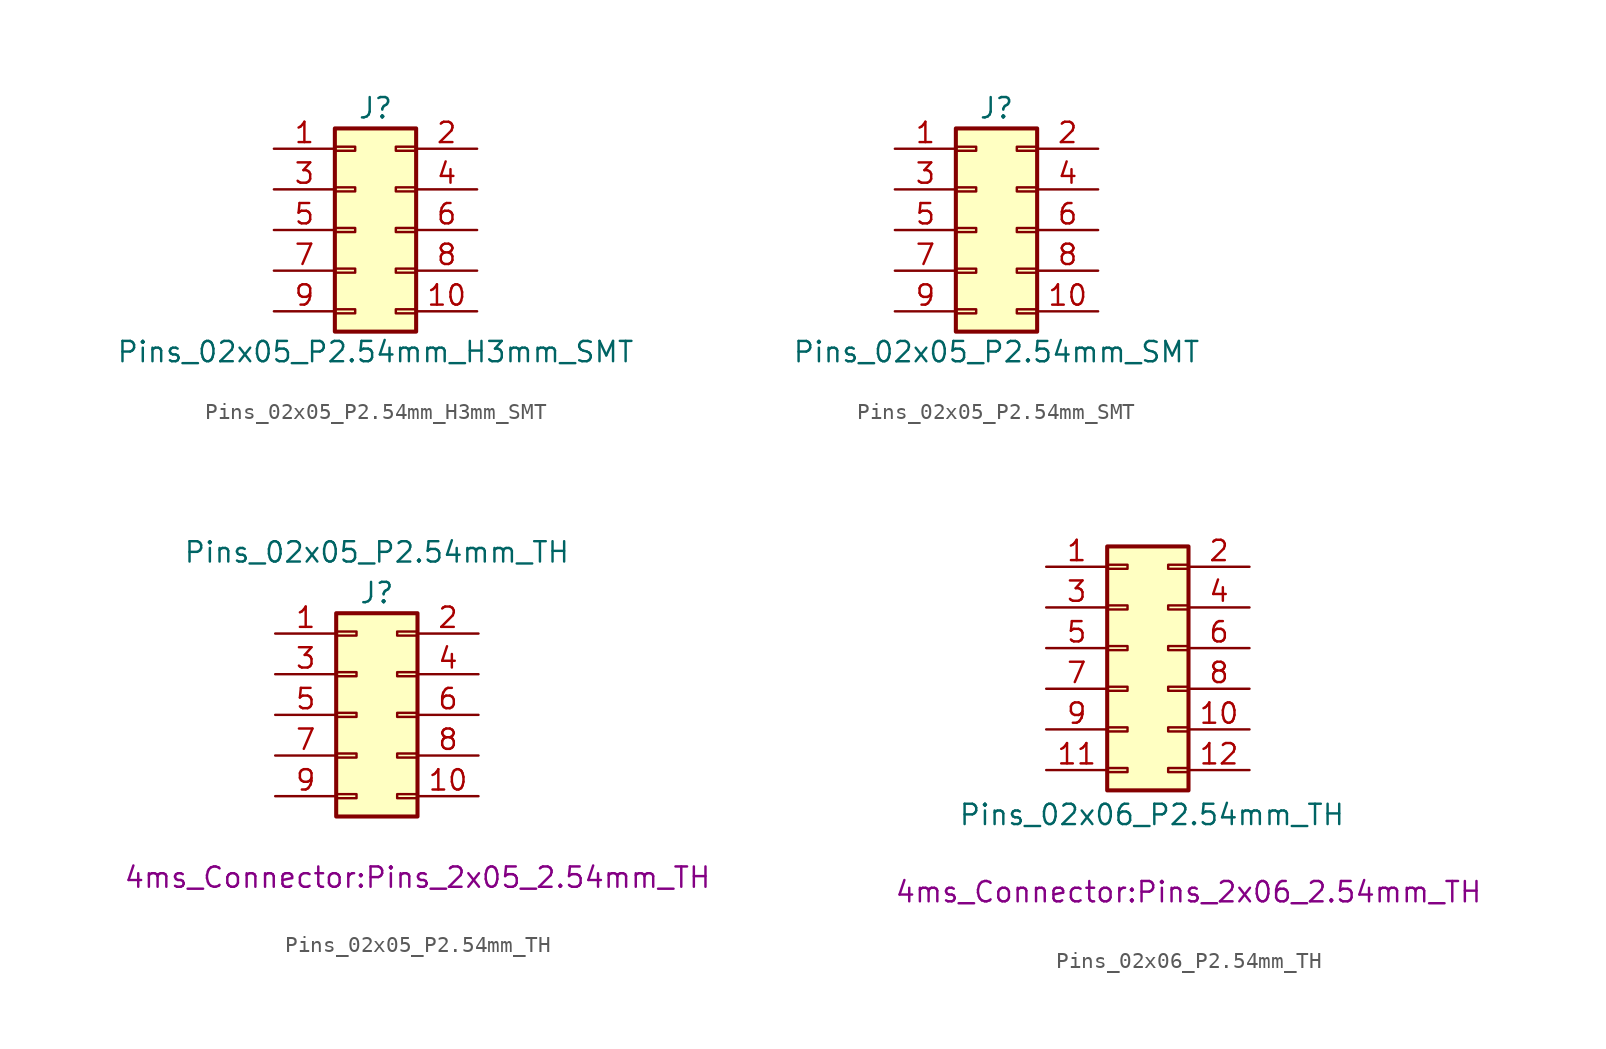
<source format=kicad_sym>
(kicad_symbol_lib
  (version 20241209)
  (generator "kicad_symbol_editor")
  (generator_version "9.0")
  (symbol "Pins_02x05_P2.54mm_H3mm_SMT"
    (pin_names
      (offset 1.016)
      (hide yes))
    (property "Reference" "J"
      (at 0 7.62 0)
      (effects (font (size 1.27 1.27))))
    (property "Value" "Pins_02x05_P2.54mm_H3mm_SMT"
      (at 0 -7.62 0)
      (effects (font (size 1.27 1.27))))
    (symbol "Pins_02x05_P2.54mm_H3mm_SMT_1_1"
      (rectangle (start -2.54 6.35) (end 2.54 -6.35) (stroke (width 0.254) (type default)) (fill (type background)))
      (rectangle (start -2.54 5.207) (end -1.27 4.953) (stroke (width 0.152) (type default)) (fill (type none)))
      (rectangle (start -2.54 2.667) (end -1.27 2.413) (stroke (width 0.152) (type default)) (fill (type none)))
      (rectangle (start -2.54 0.127) (end -1.27 -0.127) (stroke (width 0.152) (type default)) (fill (type none)))
      (rectangle (start -2.54 -2.413) (end -1.27 -2.667) (stroke (width 0.152) (type default)) (fill (type none)))
      (rectangle (start -2.54 -4.953) (end -1.27 -5.207) (stroke (width 0.152) (type default)) (fill (type none)))
      (rectangle (start 2.54 5.207) (end 1.27 4.953) (stroke (width 0.152) (type default)) (fill (type none)))
      (rectangle (start 2.54 2.667) (end 1.27 2.413) (stroke (width 0.152) (type default)) (fill (type none)))
      (rectangle (start 2.54 0.127) (end 1.27 -0.127) (stroke (width 0.152) (type default)) (fill (type none)))
      (rectangle (start 2.54 -2.413) (end 1.27 -2.667) (stroke (width 0.152) (type default)) (fill (type none)))
      (rectangle (start 2.54 -4.953) (end 1.27 -5.207) (stroke (width 0.152) (type default)) (fill (type none)))
      (pin passive line (at -6.35 5.08 0) (length 3.81) (name "Pin_1" (effects (font (size 1.27 1.27)))) (number "1" (effects (font (size 1.27 1.27)))))
      (pin passive line (at -6.35 2.54 0) (length 3.81) (name "Pin_3" (effects (font (size 1.27 1.27)))) (number "3" (effects (font (size 1.27 1.27)))))
      (pin passive line (at -6.35 0 0) (length 3.81) (name "Pin_5" (effects (font (size 1.27 1.27)))) (number "5" (effects (font (size 1.27 1.27)))))
      (pin passive line (at -6.35 -2.54 0) (length 3.81) (name "Pin_7" (effects (font (size 1.27 1.27)))) (number "7" (effects (font (size 1.27 1.27)))))
      (pin passive line (at -6.35 -5.08 0) (length 3.81) (name "Pin_9" (effects (font (size 1.27 1.27)))) (number "9" (effects (font (size 1.27 1.27)))))
      (pin passive line (at 6.35 5.08 180) (length 3.81) (name "Pin_2" (effects (font (size 1.27 1.27)))) (number "2" (effects (font (size 1.27 1.27)))))
      (pin passive line (at 6.35 2.54 180) (length 3.81) (name "Pin_4" (effects (font (size 1.27 1.27)))) (number "4" (effects (font (size 1.27 1.27)))))
      (pin passive line (at 6.35 0 180) (length 3.81) (name "Pin_6" (effects (font (size 1.27 1.27)))) (number "6" (effects (font (size 1.27 1.27)))))
      (pin passive line (at 6.35 -2.54 180) (length 3.81) (name "Pin_8" (effects (font (size 1.27 1.27)))) (number "8" (effects (font (size 1.27 1.27)))))
      (pin passive line (at 6.35 -5.08 180) (length 3.81) (name "Pin_10" (effects (font (size 1.27 1.27)))) (number "10" (effects (font (size 1.27 1.27)))))))
  (symbol "Pins_02x05_P2.54mm_SMT"
    (pin_names
      (offset 1.016)
      (hide yes))
    (property "Reference" "J"
      (at 0 7.62 0)
      (effects (font (size 1.27 1.27))))
    (property "Value" "Pins_02x05_P2.54mm_SMT"
      (at 0 -7.62 0)
      (effects (font (size 1.27 1.27))))
    (symbol "Pins_02x05_P2.54mm_SMT_1_1"
      (rectangle (start -2.54 6.35) (end 2.54 -6.35) (stroke (width 0.254) (type default)) (fill (type background)))
      (rectangle (start -2.54 5.207) (end -1.27 4.953) (stroke (width 0.152) (type default)) (fill (type none)))
      (rectangle (start -2.54 2.667) (end -1.27 2.413) (stroke (width 0.152) (type default)) (fill (type none)))
      (rectangle (start -2.54 0.127) (end -1.27 -0.127) (stroke (width 0.152) (type default)) (fill (type none)))
      (rectangle (start -2.54 -2.413) (end -1.27 -2.667) (stroke (width 0.152) (type default)) (fill (type none)))
      (rectangle (start -2.54 -4.953) (end -1.27 -5.207) (stroke (width 0.152) (type default)) (fill (type none)))
      (rectangle (start 2.54 5.207) (end 1.27 4.953) (stroke (width 0.152) (type default)) (fill (type none)))
      (rectangle (start 2.54 2.667) (end 1.27 2.413) (stroke (width 0.152) (type default)) (fill (type none)))
      (rectangle (start 2.54 0.127) (end 1.27 -0.127) (stroke (width 0.152) (type default)) (fill (type none)))
      (rectangle (start 2.54 -2.413) (end 1.27 -2.667) (stroke (width 0.152) (type default)) (fill (type none)))
      (rectangle (start 2.54 -4.953) (end 1.27 -5.207) (stroke (width 0.152) (type default)) (fill (type none)))
      (pin passive line (at -6.35 5.08 0) (length 3.81) (name "Pin_1" (effects (font (size 1.27 1.27)))) (number "1" (effects (font (size 1.27 1.27)))))
      (pin passive line (at -6.35 2.54 0) (length 3.81) (name "Pin_3" (effects (font (size 1.27 1.27)))) (number "3" (effects (font (size 1.27 1.27)))))
      (pin passive line (at -6.35 0 0) (length 3.81) (name "Pin_5" (effects (font (size 1.27 1.27)))) (number "5" (effects (font (size 1.27 1.27)))))
      (pin passive line (at -6.35 -2.54 0) (length 3.81) (name "Pin_7" (effects (font (size 1.27 1.27)))) (number "7" (effects (font (size 1.27 1.27)))))
      (pin passive line (at -6.35 -5.08 0) (length 3.81) (name "Pin_9" (effects (font (size 1.27 1.27)))) (number "9" (effects (font (size 1.27 1.27)))))
      (pin passive line (at 6.35 5.08 180) (length 3.81) (name "Pin_2" (effects (font (size 1.27 1.27)))) (number "2" (effects (font (size 1.27 1.27)))))
      (pin passive line (at 6.35 2.54 180) (length 3.81) (name "Pin_4" (effects (font (size 1.27 1.27)))) (number "4" (effects (font (size 1.27 1.27)))))
      (pin passive line (at 6.35 0 180) (length 3.81) (name "Pin_6" (effects (font (size 1.27 1.27)))) (number "6" (effects (font (size 1.27 1.27)))))
      (pin passive line (at 6.35 -2.54 180) (length 3.81) (name "Pin_8" (effects (font (size 1.27 1.27)))) (number "8" (effects (font (size 1.27 1.27)))))
      (pin passive line (at 6.35 -5.08 180) (length 3.81) (name "Pin_10" (effects (font (size 1.27 1.27)))) (number "10" (effects (font (size 1.27 1.27)))))))
  (symbol "Pins_02x05_P2.54mm_TH"
    (pin_names
      (offset 0.025)
      (hide yes))
    (property "Reference" "J"
      (at 0 3.81 0)
      (effects (font (size 1.27 1.27))))
    (property "Value" "Pins_02x05_P2.54mm_TH"
      (at 0 6.35 0)
      (effects (font (size 1.27 1.27))))
    (property "Footprint" "4ms_Connector:Pins_2x05_2.54mm_TH"
      (at 2.54 -13.97 0)
      (effects (font (size 1.27 1.27))))
    (symbol "Pins_02x05_P2.54mm_TH_0_1"
      (rectangle (start -2.54 1.397) (end -1.27 1.143) (stroke (width 0) (type default)) (fill (type none)))
      (rectangle (start -2.54 -1.143) (end -1.27 -1.397) (stroke (width 0) (type default)) (fill (type none)))
      (rectangle (start -2.54 -3.683) (end -1.27 -3.937) (stroke (width 0) (type default)) (fill (type none)))
      (rectangle (start -2.54 -6.223) (end -1.27 -6.477) (stroke (width 0) (type default)) (fill (type none)))
      (rectangle (start -2.54 -8.763) (end -1.27 -9.017) (stroke (width 0) (type default)) (fill (type none)))
      (rectangle (start -2.54 -10.16) (end 2.54 2.54) (stroke (width 0.254) (type default)) (fill (type background)))
      (rectangle (start 1.27 1.397) (end 2.54 1.143) (stroke (width 0) (type default)) (fill (type none)))
      (rectangle (start 1.27 -1.143) (end 2.54 -1.397) (stroke (width 0) (type default)) (fill (type none)))
      (rectangle (start 1.27 -3.683) (end 2.54 -3.937) (stroke (width 0) (type default)) (fill (type none)))
      (rectangle (start 1.27 -6.223) (end 2.54 -6.477) (stroke (width 0) (type default)) (fill (type none)))
      (rectangle (start 1.27 -8.763) (end 2.54 -9.017) (stroke (width 0) (type default)) (fill (type none))))
    (symbol "Pins_02x05_P2.54mm_TH_1_1"
      (pin passive line (at -6.35 1.27 0) (length 3.81) (name "+12V" (effects (font (size 1.27 1.27)))) (number "1" (effects (font (size 1.27 1.27)))))
      (pin passive line (at -6.35 -1.27 0) (length 3.81) (name "GND" (effects (font (size 1.27 1.27)))) (number "3" (effects (font (size 1.27 1.27)))))
      (pin passive line (at -6.35 -3.81 0) (length 3.81) (name "GND" (effects (font (size 1.27 1.27)))) (number "5" (effects (font (size 1.27 1.27)))))
      (pin passive line (at -6.35 -6.35 0) (length 3.81) (name "GND" (effects (font (size 1.27 1.27)))) (number "7" (effects (font (size 1.27 1.27)))))
      (pin passive line (at -6.35 -8.89 0) (length 3.81) (name "-12V" (effects (font (size 1.27 1.27)))) (number "9" (effects (font (size 1.27 1.27)))))
      (pin passive line (at 6.35 1.27 180) (length 3.81) (name "+12V" (effects (font (size 1.27 1.27)))) (number "2" (effects (font (size 1.27 1.27)))))
      (pin passive line (at 6.35 -1.27 180) (length 3.81) (name "GND" (effects (font (size 1.27 1.27)))) (number "4" (effects (font (size 1.27 1.27)))))
      (pin passive line (at 6.35 -3.81 180) (length 3.81) (name "GND" (effects (font (size 1.27 1.27)))) (number "6" (effects (font (size 1.27 1.27)))))
      (pin passive line (at 6.35 -6.35 180) (length 3.81) (name "GND" (effects (font (size 1.27 1.27)))) (number "8" (effects (font (size 1.27 1.27)))))
      (pin passive line (at 6.35 -8.89 180) (length 3.81) (name "-12V" (effects (font (size 1.27 1.27)))) (number "10" (effects (font (size 1.27 1.27)))))))
  (symbol "Pins_02x06_P2.54mm_TH"
    (pin_names
      (offset 0.025)
      (hide yes))
    (property "Reference" "J"
      (at 0 7.62 0)
      (effects (font (size 1.27 1.27)) (hide yes)))
    (property "Value" "Pins_02x06_P2.54mm_TH"
      (at 0.254 -9.144 0)
      (effects (font (size 1.27 1.27))))
    (property "Footprint" "4ms_Connector:Pins_2x06_2.54mm_TH"
      (at 2.54 -13.97 0)
      (effects (font (size 1.27 1.27))))
    (symbol "Pins_02x06_P2.54mm_TH_1_1"
      (rectangle (start -2.54 7.62) (end 2.54 -7.62) (stroke (width 0.254) (type default)) (fill (type background)))
      (rectangle (start -2.54 6.477) (end -1.27 6.223) (stroke (width 0.152) (type default)) (fill (type none)))
      (rectangle (start -2.54 3.937) (end -1.27 3.683) (stroke (width 0.152) (type default)) (fill (type none)))
      (rectangle (start -2.54 1.397) (end -1.27 1.143) (stroke (width 0.152) (type default)) (fill (type none)))
      (rectangle (start -2.54 -1.143) (end -1.27 -1.397) (stroke (width 0.152) (type default)) (fill (type none)))
      (rectangle (start -2.54 -3.683) (end -1.27 -3.937) (stroke (width 0.152) (type default)) (fill (type none)))
      (rectangle (start -2.54 -6.223) (end -1.27 -6.477) (stroke (width 0.152) (type default)) (fill (type none)))
      (rectangle (start 2.54 6.477) (end 1.27 6.223) (stroke (width 0.152) (type default)) (fill (type none)))
      (rectangle (start 2.54 3.937) (end 1.27 3.683) (stroke (width 0.152) (type default)) (fill (type none)))
      (rectangle (start 2.54 1.397) (end 1.27 1.143) (stroke (width 0.152) (type default)) (fill (type none)))
      (rectangle (start 2.54 -1.143) (end 1.27 -1.397) (stroke (width 0.152) (type default)) (fill (type none)))
      (rectangle (start 2.54 -3.683) (end 1.27 -3.937) (stroke (width 0.152) (type default)) (fill (type none)))
      (rectangle (start 2.54 -6.223) (end 1.27 -6.477) (stroke (width 0.152) (type default)) (fill (type none)))
      (pin passive line (at -6.35 6.35 0) (length 3.81) (name "Pin_1" (effects (font (size 1.27 1.27)))) (number "1" (effects (font (size 1.27 1.27)))))
      (pin passive line (at -6.35 3.81 0) (length 3.81) (name "Pin_3" (effects (font (size 1.27 1.27)))) (number "3" (effects (font (size 1.27 1.27)))))
      (pin passive line (at -6.35 1.27 0) (length 3.81) (name "Pin_5" (effects (font (size 1.27 1.27)))) (number "5" (effects (font (size 1.27 1.27)))))
      (pin passive line (at -6.35 -1.27 0) (length 3.81) (name "Pin_1" (effects (font (size 1.27 1.27)))) (number "7" (effects (font (size 1.27 1.27)))))
      (pin passive line (at -6.35 -3.81 0) (length 3.81) (name "Pin_3" (effects (font (size 1.27 1.27)))) (number "9" (effects (font (size 1.27 1.27)))))
      (pin passive line (at -6.35 -6.35 0) (length 3.81) (name "Pin_5" (effects (font (size 1.27 1.27)))) (number "11" (effects (font (size 1.27 1.27)))))
      (pin passive line (at 6.35 6.35 180) (length 3.81) (name "Pin_2" (effects (font (size 1.27 1.27)))) (number "2" (effects (font (size 1.27 1.27)))))
      (pin passive line (at 6.35 3.81 180) (length 3.81) (name "Pin_4" (effects (font (size 1.27 1.27)))) (number "4" (effects (font (size 1.27 1.27)))))
      (pin passive line (at 6.35 1.27 180) (length 3.81) (name "Pin_6" (effects (font (size 1.27 1.27)))) (number "6" (effects (font (size 1.27 1.27)))))
      (pin passive line (at 6.35 -1.27 180) (length 3.81) (name "Pin_2" (effects (font (size 1.27 1.27)))) (number "8" (effects (font (size 1.27 1.27)))))
      (pin passive line (at 6.35 -3.81 180) (length 3.81) (name "Pin_4" (effects (font (size 1.27 1.27)))) (number "10" (effects (font (size 1.27 1.27)))))
      (pin passive line (at 6.35 -6.35 180) (length 3.81) (name "Pin_6" (effects (font (size 1.27 1.27)))) (number "12" (effects (font (size 1.27 1.27))))))))
</source>
